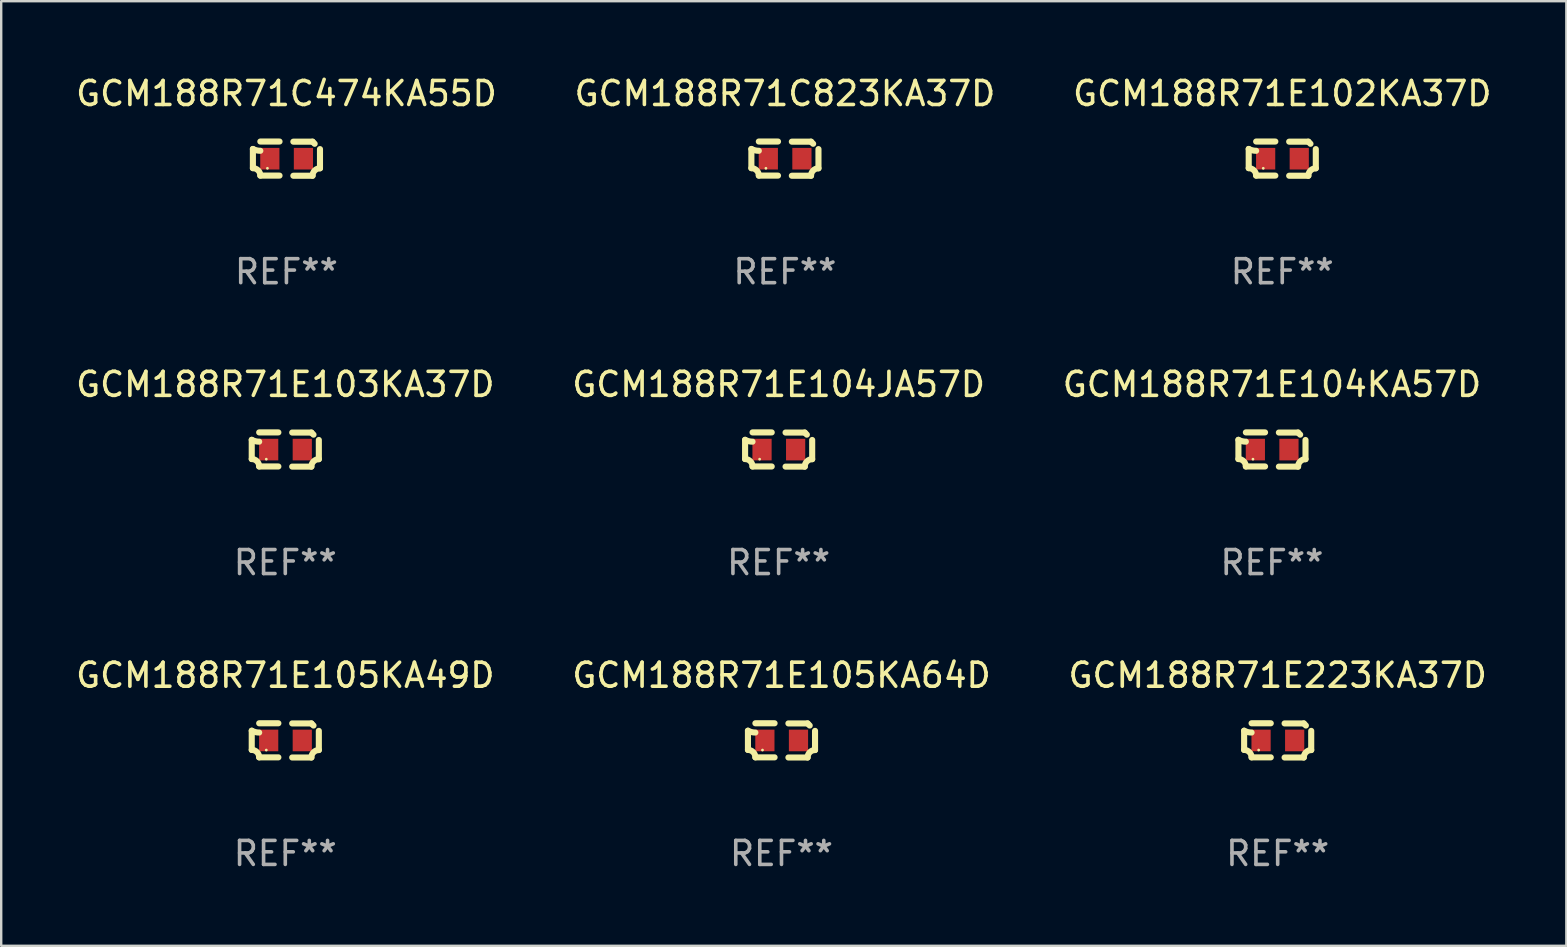
<source format=kicad_pcb>
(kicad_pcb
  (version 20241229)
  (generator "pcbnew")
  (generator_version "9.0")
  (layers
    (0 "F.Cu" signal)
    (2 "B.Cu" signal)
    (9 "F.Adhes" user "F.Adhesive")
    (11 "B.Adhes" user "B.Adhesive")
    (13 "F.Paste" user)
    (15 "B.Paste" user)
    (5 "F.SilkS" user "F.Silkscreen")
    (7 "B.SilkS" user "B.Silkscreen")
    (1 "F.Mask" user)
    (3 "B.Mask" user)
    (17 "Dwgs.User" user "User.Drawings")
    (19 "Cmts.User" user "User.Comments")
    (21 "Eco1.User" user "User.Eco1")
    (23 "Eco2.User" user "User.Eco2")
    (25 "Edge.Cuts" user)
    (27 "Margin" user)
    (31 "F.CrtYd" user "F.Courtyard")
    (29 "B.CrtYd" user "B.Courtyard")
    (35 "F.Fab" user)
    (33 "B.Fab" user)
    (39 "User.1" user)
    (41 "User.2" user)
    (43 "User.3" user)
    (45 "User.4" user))
  (footprint "GCM188R71C823KA37D"
    (layer "F.Cu")
    (at 29.661 3.561)
    (property "Reference" "GCM188R71C823KA37D" (at 0 -2.713 0) (layer "F.SilkS") (effects (font (size 1 1) (thickness 0.15))))
    (attr through_hole)
    (fp_line (start -1.398 -0.403) (end -1.398 0.397) (stroke (width 0.254) (type solid)) (layer "F.SilkS"))
    (fp_line (start -0.288 -0.713) (end -1.088 -0.713) (stroke (width 0.254) (type solid)) (layer "F.SilkS"))
    (fp_line (start -0.288 0.707) (end -1.088 0.707) (stroke (width 0.254) (type solid)) (layer "F.SilkS"))
    (fp_line (start 0.288 -0.707) (end 1.088 -0.707) (stroke (width 0.254) (type solid)) (layer "F.SilkS"))
    (fp_line (start 0.288 0.713) (end 1.088 0.713) (stroke (width 0.254) (type solid)) (layer "F.SilkS"))
    (fp_line (start 1.398 -0.397) (end 1.398 0.403) (stroke (width 0.254) (type solid)) (layer "F.SilkS"))
    (fp_arc (start -1.397789 0.397066) (mid -1.178701 0.487826) (end -1.08796 0.706922) (stroke (width 0.254001) (type solid)) (layer "F.SilkS"))
    (fp_arc (start -1.08796 -0.327176) (mid -1.247436 -0.346384) (end -1.39779 -0.402908) (stroke (width 0.254001) (type solid)) (layer "F.SilkS"))
    (fp_arc (start 1.087909 0.712738) (mid 1.178656 0.493655) (end 1.397739 0.402908) (stroke (width 0.254001) (type solid)) (layer "F.SilkS"))
    (fp_arc (start 1.175925 -0.618926) (mid 1.131917 -0.662923) (end 1.08791 -0.706922) (stroke (width 0.254001) (type solid)) (layer "F.SilkS"))
    (fp_circle (center -0.792 0.403) (end -0.762 0.403) (stroke (width 0.06) (type solid)) (fill no) (layer "F.SilkS"))
    (fp_text user "REF**" (at 0 4.713 0) (layer "F.Fab") (effects (font (size 1 1) (thickness 0.15))))
    (pad "1" smd rect (at -0.692 0.003) (size 0.8 0.9) (layers "F.Cu" "F.Mask" "F.Paste"))
    (pad "2" smd rect (at 0.708 0.003) (size 0.8 0.9) (layers "F.Cu" "F.Mask" "F.Paste")))
  (footprint "GCM188R71E223KA37D"
    (layer "F.Cu")
    (at 50.196 27.805)
    (property "Reference" "GCM188R71E223KA37D" (at 0 -2.713 0) (layer "F.SilkS") (effects (font (size 1 1) (thickness 0.15))))
    (attr through_hole)
    (fp_line (start -1.398 -0.403) (end -1.398 0.397) (stroke (width 0.254) (type solid)) (layer "F.SilkS"))
    (fp_line (start -0.288 -0.713) (end -1.088 -0.713) (stroke (width 0.254) (type solid)) (layer "F.SilkS"))
    (fp_line (start -0.288 0.707) (end -1.088 0.707) (stroke (width 0.254) (type solid)) (layer "F.SilkS"))
    (fp_line (start 0.288 -0.707) (end 1.088 -0.707) (stroke (width 0.254) (type solid)) (layer "F.SilkS"))
    (fp_line (start 0.288 0.713) (end 1.088 0.713) (stroke (width 0.254) (type solid)) (layer "F.SilkS"))
    (fp_line (start 1.398 -0.397) (end 1.398 0.403) (stroke (width 0.254) (type solid)) (layer "F.SilkS"))
    (fp_arc (start -1.397789 0.397066) (mid -1.178701 0.487826) (end -1.08796 0.706922) (stroke (width 0.254001) (type solid)) (layer "F.SilkS"))
    (fp_arc (start -1.08796 -0.327176) (mid -1.247436 -0.346384) (end -1.39779 -0.402908) (stroke (width 0.254001) (type solid)) (layer "F.SilkS"))
    (fp_arc (start 1.087909 0.712738) (mid 1.178656 0.493655) (end 1.397739 0.402908) (stroke (width 0.254001) (type solid)) (layer "F.SilkS"))
    (fp_arc (start 1.175925 -0.618926) (mid 1.131917 -0.662923) (end 1.08791 -0.706922) (stroke (width 0.254001) (type solid)) (layer "F.SilkS"))
    (fp_circle (center -0.792 0.403) (end -0.762 0.403) (stroke (width 0.06) (type solid)) (fill no) (layer "F.SilkS"))
    (fp_text user "REF**" (at 0 4.713 0) (layer "F.Fab") (effects (font (size 1 1) (thickness 0.15))))
    (pad "1" smd rect (at -0.692 0.003) (size 0.8 0.9) (layers "F.Cu" "F.Mask" "F.Paste"))
    (pad "2" smd rect (at 0.708 0.003) (size 0.8 0.9) (layers "F.Cu" "F.Mask" "F.Paste")))
  (footprint "GCM188R71E102KA37D"
    (layer "F.Cu")
    (at 50.387 3.561)
    (property "Reference" "GCM188R71E102KA37D" (at 0 -2.713 0) (layer "F.SilkS") (effects (font (size 1 1) (thickness 0.15))))
    (attr through_hole)
    (fp_line (start -1.398 -0.403) (end -1.398 0.397) (stroke (width 0.254) (type solid)) (layer "F.SilkS"))
    (fp_line (start -0.288 -0.713) (end -1.088 -0.713) (stroke (width 0.254) (type solid)) (layer "F.SilkS"))
    (fp_line (start -0.288 0.707) (end -1.088 0.707) (stroke (width 0.254) (type solid)) (layer "F.SilkS"))
    (fp_line (start 0.288 -0.707) (end 1.088 -0.707) (stroke (width 0.254) (type solid)) (layer "F.SilkS"))
    (fp_line (start 0.288 0.713) (end 1.088 0.713) (stroke (width 0.254) (type solid)) (layer "F.SilkS"))
    (fp_line (start 1.398 -0.397) (end 1.398 0.403) (stroke (width 0.254) (type solid)) (layer "F.SilkS"))
    (fp_arc (start -1.397789 0.397066) (mid -1.178701 0.487826) (end -1.08796 0.706922) (stroke (width 0.254001) (type solid)) (layer "F.SilkS"))
    (fp_arc (start -1.08796 -0.327176) (mid -1.247436 -0.346384) (end -1.39779 -0.402908) (stroke (width 0.254001) (type solid)) (layer "F.SilkS"))
    (fp_arc (start 1.087909 0.712738) (mid 1.178656 0.493655) (end 1.397739 0.402908) (stroke (width 0.254001) (type solid)) (layer "F.SilkS"))
    (fp_arc (start 1.175925 -0.618926) (mid 1.131917 -0.662923) (end 1.08791 -0.706922) (stroke (width 0.254001) (type solid)) (layer "F.SilkS"))
    (fp_circle (center -0.792 0.403) (end -0.762 0.403) (stroke (width 0.06) (type solid)) (fill no) (layer "F.SilkS"))
    (fp_text user "REF**" (at 0 4.713 0) (layer "F.Fab") (effects (font (size 1 1) (thickness 0.15))))
    (pad "1" smd rect (at -0.692 0.003) (size 0.8 0.9) (layers "F.Cu" "F.Mask" "F.Paste"))
    (pad "2" smd rect (at 0.708 0.003) (size 0.8 0.9) (layers "F.Cu" "F.Mask" "F.Paste")))
  (footprint "GCM188R71C474KA55D"
    (layer "F.Cu")
    (at 8.887 3.561)
    (property "Reference" "GCM188R71C474KA55D" (at 0 -2.713 0) (layer "F.SilkS") (effects (font (size 1 1) (thickness 0.15))))
    (attr through_hole)
    (fp_line (start -1.398 -0.403) (end -1.398 0.397) (stroke (width 0.254) (type solid)) (layer "F.SilkS"))
    (fp_line (start -0.288 -0.713) (end -1.088 -0.713) (stroke (width 0.254) (type solid)) (layer "F.SilkS"))
    (fp_line (start -0.288 0.707) (end -1.088 0.707) (stroke (width 0.254) (type solid)) (layer "F.SilkS"))
    (fp_line (start 0.288 -0.707) (end 1.088 -0.707) (stroke (width 0.254) (type solid)) (layer "F.SilkS"))
    (fp_line (start 0.288 0.713) (end 1.088 0.713) (stroke (width 0.254) (type solid)) (layer "F.SilkS"))
    (fp_line (start 1.398 -0.397) (end 1.398 0.403) (stroke (width 0.254) (type solid)) (layer "F.SilkS"))
    (fp_arc (start -1.397789 0.397066) (mid -1.178701 0.487826) (end -1.08796 0.706922) (stroke (width 0.254001) (type solid)) (layer "F.SilkS"))
    (fp_arc (start -1.08796 -0.327176) (mid -1.247436 -0.346384) (end -1.39779 -0.402908) (stroke (width 0.254001) (type solid)) (layer "F.SilkS"))
    (fp_arc (start 1.087909 0.712738) (mid 1.178656 0.493655) (end 1.397739 0.402908) (stroke (width 0.254001) (type solid)) (layer "F.SilkS"))
    (fp_arc (start 1.175925 -0.618926) (mid 1.131917 -0.662923) (end 1.08791 -0.706922) (stroke (width 0.254001) (type solid)) (layer "F.SilkS"))
    (fp_circle (center -0.792 0.403) (end -0.762 0.403) (stroke (width 0.06) (type solid)) (fill no) (layer "F.SilkS"))
    (fp_text user "REF**" (at 0 4.713 0) (layer "F.Fab") (effects (font (size 1 1) (thickness 0.15))))
    (pad "1" smd rect (at -0.692 0.003) (size 0.8 0.9) (layers "F.Cu" "F.Mask" "F.Paste"))
    (pad "2" smd rect (at 0.708 0.003) (size 0.8 0.9) (layers "F.Cu" "F.Mask" "F.Paste")))
  (footprint "GCM188R71E104KA57D"
    (layer "F.Cu")
    (at 49.958 15.683)
    (property "Reference" "GCM188R71E104KA57D" (at 0 -2.713 0) (layer "F.SilkS") (effects (font (size 1 1) (thickness 0.15))))
    (attr through_hole)
    (fp_line (start -1.398 -0.403) (end -1.398 0.397) (stroke (width 0.254) (type solid)) (layer "F.SilkS"))
    (fp_line (start -0.288 -0.713) (end -1.088 -0.713) (stroke (width 0.254) (type solid)) (layer "F.SilkS"))
    (fp_line (start -0.288 0.707) (end -1.088 0.707) (stroke (width 0.254) (type solid)) (layer "F.SilkS"))
    (fp_line (start 0.288 -0.707) (end 1.088 -0.707) (stroke (width 0.254) (type solid)) (layer "F.SilkS"))
    (fp_line (start 0.288 0.713) (end 1.088 0.713) (stroke (width 0.254) (type solid)) (layer "F.SilkS"))
    (fp_line (start 1.398 -0.397) (end 1.398 0.403) (stroke (width 0.254) (type solid)) (layer "F.SilkS"))
    (fp_arc (start -1.397789 0.397066) (mid -1.178701 0.487826) (end -1.08796 0.706922) (stroke (width 0.254001) (type solid)) (layer "F.SilkS"))
    (fp_arc (start -1.08796 -0.327176) (mid -1.247436 -0.346384) (end -1.39779 -0.402908) (stroke (width 0.254001) (type solid)) (layer "F.SilkS"))
    (fp_arc (start 1.087909 0.712738) (mid 1.178656 0.493655) (end 1.397739 0.402908) (stroke (width 0.254001) (type solid)) (layer "F.SilkS"))
    (fp_arc (start 1.175925 -0.618926) (mid 1.131917 -0.662923) (end 1.08791 -0.706922) (stroke (width 0.254001) (type solid)) (layer "F.SilkS"))
    (fp_circle (center -0.792 0.403) (end -0.762 0.403) (stroke (width 0.06) (type solid)) (fill no) (layer "F.SilkS"))
    (fp_text user "REF**" (at 0 4.713 0) (layer "F.Fab") (effects (font (size 1 1) (thickness 0.15))))
    (pad "1" smd rect (at -0.692 0.003) (size 0.8 0.9) (layers "F.Cu" "F.Mask" "F.Paste"))
    (pad "2" smd rect (at 0.708 0.003) (size 0.8 0.9) (layers "F.Cu" "F.Mask" "F.Paste")))
  (footprint "GCM188R71E105KA64D"
    (layer "F.Cu")
    (at 29.518 27.805)
    (property "Reference" "GCM188R71E105KA64D" (at 0 -2.713 0) (layer "F.SilkS") (effects (font (size 1 1) (thickness 0.15))))
    (attr through_hole)
    (fp_line (start -1.398 -0.403) (end -1.398 0.397) (stroke (width 0.254) (type solid)) (layer "F.SilkS"))
    (fp_line (start -0.288 -0.713) (end -1.088 -0.713) (stroke (width 0.254) (type solid)) (layer "F.SilkS"))
    (fp_line (start -0.288 0.707) (end -1.088 0.707) (stroke (width 0.254) (type solid)) (layer "F.SilkS"))
    (fp_line (start 0.288 -0.707) (end 1.088 -0.707) (stroke (width 0.254) (type solid)) (layer "F.SilkS"))
    (fp_line (start 0.288 0.713) (end 1.088 0.713) (stroke (width 0.254) (type solid)) (layer "F.SilkS"))
    (fp_line (start 1.398 -0.397) (end 1.398 0.403) (stroke (width 0.254) (type solid)) (layer "F.SilkS"))
    (fp_arc (start -1.397789 0.397066) (mid -1.178701 0.487826) (end -1.08796 0.706922) (stroke (width 0.254001) (type solid)) (layer "F.SilkS"))
    (fp_arc (start -1.08796 -0.327176) (mid -1.247436 -0.346384) (end -1.39779 -0.402908) (stroke (width 0.254001) (type solid)) (layer "F.SilkS"))
    (fp_arc (start 1.087909 0.712738) (mid 1.178656 0.493655) (end 1.397739 0.402908) (stroke (width 0.254001) (type solid)) (layer "F.SilkS"))
    (fp_arc (start 1.175925 -0.618926) (mid 1.131917 -0.662923) (end 1.08791 -0.706922) (stroke (width 0.254001) (type solid)) (layer "F.SilkS"))
    (fp_circle (center -0.792 0.403) (end -0.762 0.403) (stroke (width 0.06) (type solid)) (fill no) (layer "F.SilkS"))
    (fp_text user "REF**" (at 0 4.713 0) (layer "F.Fab") (effects (font (size 1 1) (thickness 0.15))))
    (pad "1" smd rect (at -0.692 0.003) (size 0.8 0.9) (layers "F.Cu" "F.Mask" "F.Paste"))
    (pad "2" smd rect (at 0.708 0.003) (size 0.8 0.9) (layers "F.Cu" "F.Mask" "F.Paste")))
  (footprint "GCM188R71E105KA49D"
    (layer "F.Cu")
    (at 8.839 27.805)
    (property "Reference" "GCM188R71E105KA49D" (at 0 -2.713 0) (layer "F.SilkS") (effects (font (size 1 1) (thickness 0.15))))
    (attr through_hole)
    (fp_line (start -1.398 -0.403) (end -1.398 0.397) (stroke (width 0.254) (type solid)) (layer "F.SilkS"))
    (fp_line (start -0.288 -0.713) (end -1.088 -0.713) (stroke (width 0.254) (type solid)) (layer "F.SilkS"))
    (fp_line (start -0.288 0.707) (end -1.088 0.707) (stroke (width 0.254) (type solid)) (layer "F.SilkS"))
    (fp_line (start 0.288 -0.707) (end 1.088 -0.707) (stroke (width 0.254) (type solid)) (layer "F.SilkS"))
    (fp_line (start 0.288 0.713) (end 1.088 0.713) (stroke (width 0.254) (type solid)) (layer "F.SilkS"))
    (fp_line (start 1.398 -0.397) (end 1.398 0.403) (stroke (width 0.254) (type solid)) (layer "F.SilkS"))
    (fp_arc (start -1.397789 0.397066) (mid -1.178701 0.487826) (end -1.08796 0.706922) (stroke (width 0.254001) (type solid)) (layer "F.SilkS"))
    (fp_arc (start -1.08796 -0.327176) (mid -1.247436 -0.346384) (end -1.39779 -0.402908) (stroke (width 0.254001) (type solid)) (layer "F.SilkS"))
    (fp_arc (start 1.087909 0.712738) (mid 1.178656 0.493655) (end 1.397739 0.402908) (stroke (width 0.254001) (type solid)) (layer "F.SilkS"))
    (fp_arc (start 1.175925 -0.618926) (mid 1.131917 -0.662923) (end 1.08791 -0.706922) (stroke (width 0.254001) (type solid)) (layer "F.SilkS"))
    (fp_circle (center -0.792 0.403) (end -0.762 0.403) (stroke (width 0.06) (type solid)) (fill no) (layer "F.SilkS"))
    (fp_text user "REF**" (at 0 4.713 0) (layer "F.Fab") (effects (font (size 1 1) (thickness 0.15))))
    (pad "1" smd rect (at -0.692 0.003) (size 0.8 0.9) (layers "F.Cu" "F.Mask" "F.Paste"))
    (pad "2" smd rect (at 0.708 0.003) (size 0.8 0.9) (layers "F.Cu" "F.Mask" "F.Paste")))
  (footprint "GCM188R71E103KA37D"
    (layer "F.Cu")
    (at 8.839 15.683)
    (property "Reference" "GCM188R71E103KA37D" (at 0 -2.713 0) (layer "F.SilkS") (effects (font (size 1 1) (thickness 0.15))))
    (attr through_hole)
    (fp_line (start -1.398 -0.403) (end -1.398 0.397) (stroke (width 0.254) (type solid)) (layer "F.SilkS"))
    (fp_line (start -0.288 -0.713) (end -1.088 -0.713) (stroke (width 0.254) (type solid)) (layer "F.SilkS"))
    (fp_line (start -0.288 0.707) (end -1.088 0.707) (stroke (width 0.254) (type solid)) (layer "F.SilkS"))
    (fp_line (start 0.288 -0.707) (end 1.088 -0.707) (stroke (width 0.254) (type solid)) (layer "F.SilkS"))
    (fp_line (start 0.288 0.713) (end 1.088 0.713) (stroke (width 0.254) (type solid)) (layer "F.SilkS"))
    (fp_line (start 1.398 -0.397) (end 1.398 0.403) (stroke (width 0.254) (type solid)) (layer "F.SilkS"))
    (fp_arc (start -1.397789 0.397066) (mid -1.178701 0.487826) (end -1.08796 0.706922) (stroke (width 0.254001) (type solid)) (layer "F.SilkS"))
    (fp_arc (start -1.08796 -0.327176) (mid -1.247436 -0.346384) (end -1.39779 -0.402908) (stroke (width 0.254001) (type solid)) (layer "F.SilkS"))
    (fp_arc (start 1.087909 0.712738) (mid 1.178656 0.493655) (end 1.397739 0.402908) (stroke (width 0.254001) (type solid)) (layer "F.SilkS"))
    (fp_arc (start 1.175925 -0.618926) (mid 1.131917 -0.662923) (end 1.08791 -0.706922) (stroke (width 0.254001) (type solid)) (layer "F.SilkS"))
    (fp_circle (center -0.792 0.403) (end -0.762 0.403) (stroke (width 0.06) (type solid)) (fill no) (layer "F.SilkS"))
    (fp_text user "REF**" (at 0 4.713 0) (layer "F.Fab") (effects (font (size 1 1) (thickness 0.15))))
    (pad "1" smd rect (at -0.692 0.003) (size 0.8 0.9) (layers "F.Cu" "F.Mask" "F.Paste"))
    (pad "2" smd rect (at 0.708 0.003) (size 0.8 0.9) (layers "F.Cu" "F.Mask" "F.Paste")))
  (footprint "GCM188R71E104JA57D"
    (layer "F.Cu")
    (at 29.399 15.683)
    (property "Reference" "GCM188R71E104JA57D" (at 0 -2.713 0) (layer "F.SilkS") (effects (font (size 1 1) (thickness 0.15))))
    (attr through_hole)
    (fp_line (start -1.398 -0.403) (end -1.398 0.397) (stroke (width 0.254) (type solid)) (layer "F.SilkS"))
    (fp_line (start -0.288 -0.713) (end -1.088 -0.713) (stroke (width 0.254) (type solid)) (layer "F.SilkS"))
    (fp_line (start -0.288 0.707) (end -1.088 0.707) (stroke (width 0.254) (type solid)) (layer "F.SilkS"))
    (fp_line (start 0.288 -0.707) (end 1.088 -0.707) (stroke (width 0.254) (type solid)) (layer "F.SilkS"))
    (fp_line (start 0.288 0.713) (end 1.088 0.713) (stroke (width 0.254) (type solid)) (layer "F.SilkS"))
    (fp_line (start 1.398 -0.397) (end 1.398 0.403) (stroke (width 0.254) (type solid)) (layer "F.SilkS"))
    (fp_arc (start -1.397789 0.397066) (mid -1.178701 0.487826) (end -1.08796 0.706922) (stroke (width 0.254001) (type solid)) (layer "F.SilkS"))
    (fp_arc (start -1.08796 -0.327176) (mid -1.247436 -0.346384) (end -1.39779 -0.402908) (stroke (width 0.254001) (type solid)) (layer "F.SilkS"))
    (fp_arc (start 1.087909 0.712738) (mid 1.178656 0.493655) (end 1.397739 0.402908) (stroke (width 0.254001) (type solid)) (layer "F.SilkS"))
    (fp_arc (start 1.175925 -0.618926) (mid 1.131917 -0.662923) (end 1.08791 -0.706922) (stroke (width 0.254001) (type solid)) (layer "F.SilkS"))
    (fp_circle (center -0.792 0.403) (end -0.762 0.403) (stroke (width 0.06) (type solid)) (fill no) (layer "F.SilkS"))
    (fp_text user "REF**" (at 0 4.713 0) (layer "F.Fab") (effects (font (size 1 1) (thickness 0.15))))
    (pad "1" smd rect (at -0.692 0.003) (size 0.8 0.9) (layers "F.Cu" "F.Mask" "F.Paste"))
    (pad "2" smd rect (at 0.708 0.003) (size 0.8 0.9) (layers "F.Cu" "F.Mask" "F.Paste")))
  (gr_rect
    (start -3 -3)
    (end 62.226 36.366)
    (stroke (width 0.1) (type default))
    (fill no)
    (layer "Edge.Cuts")))
</source>
